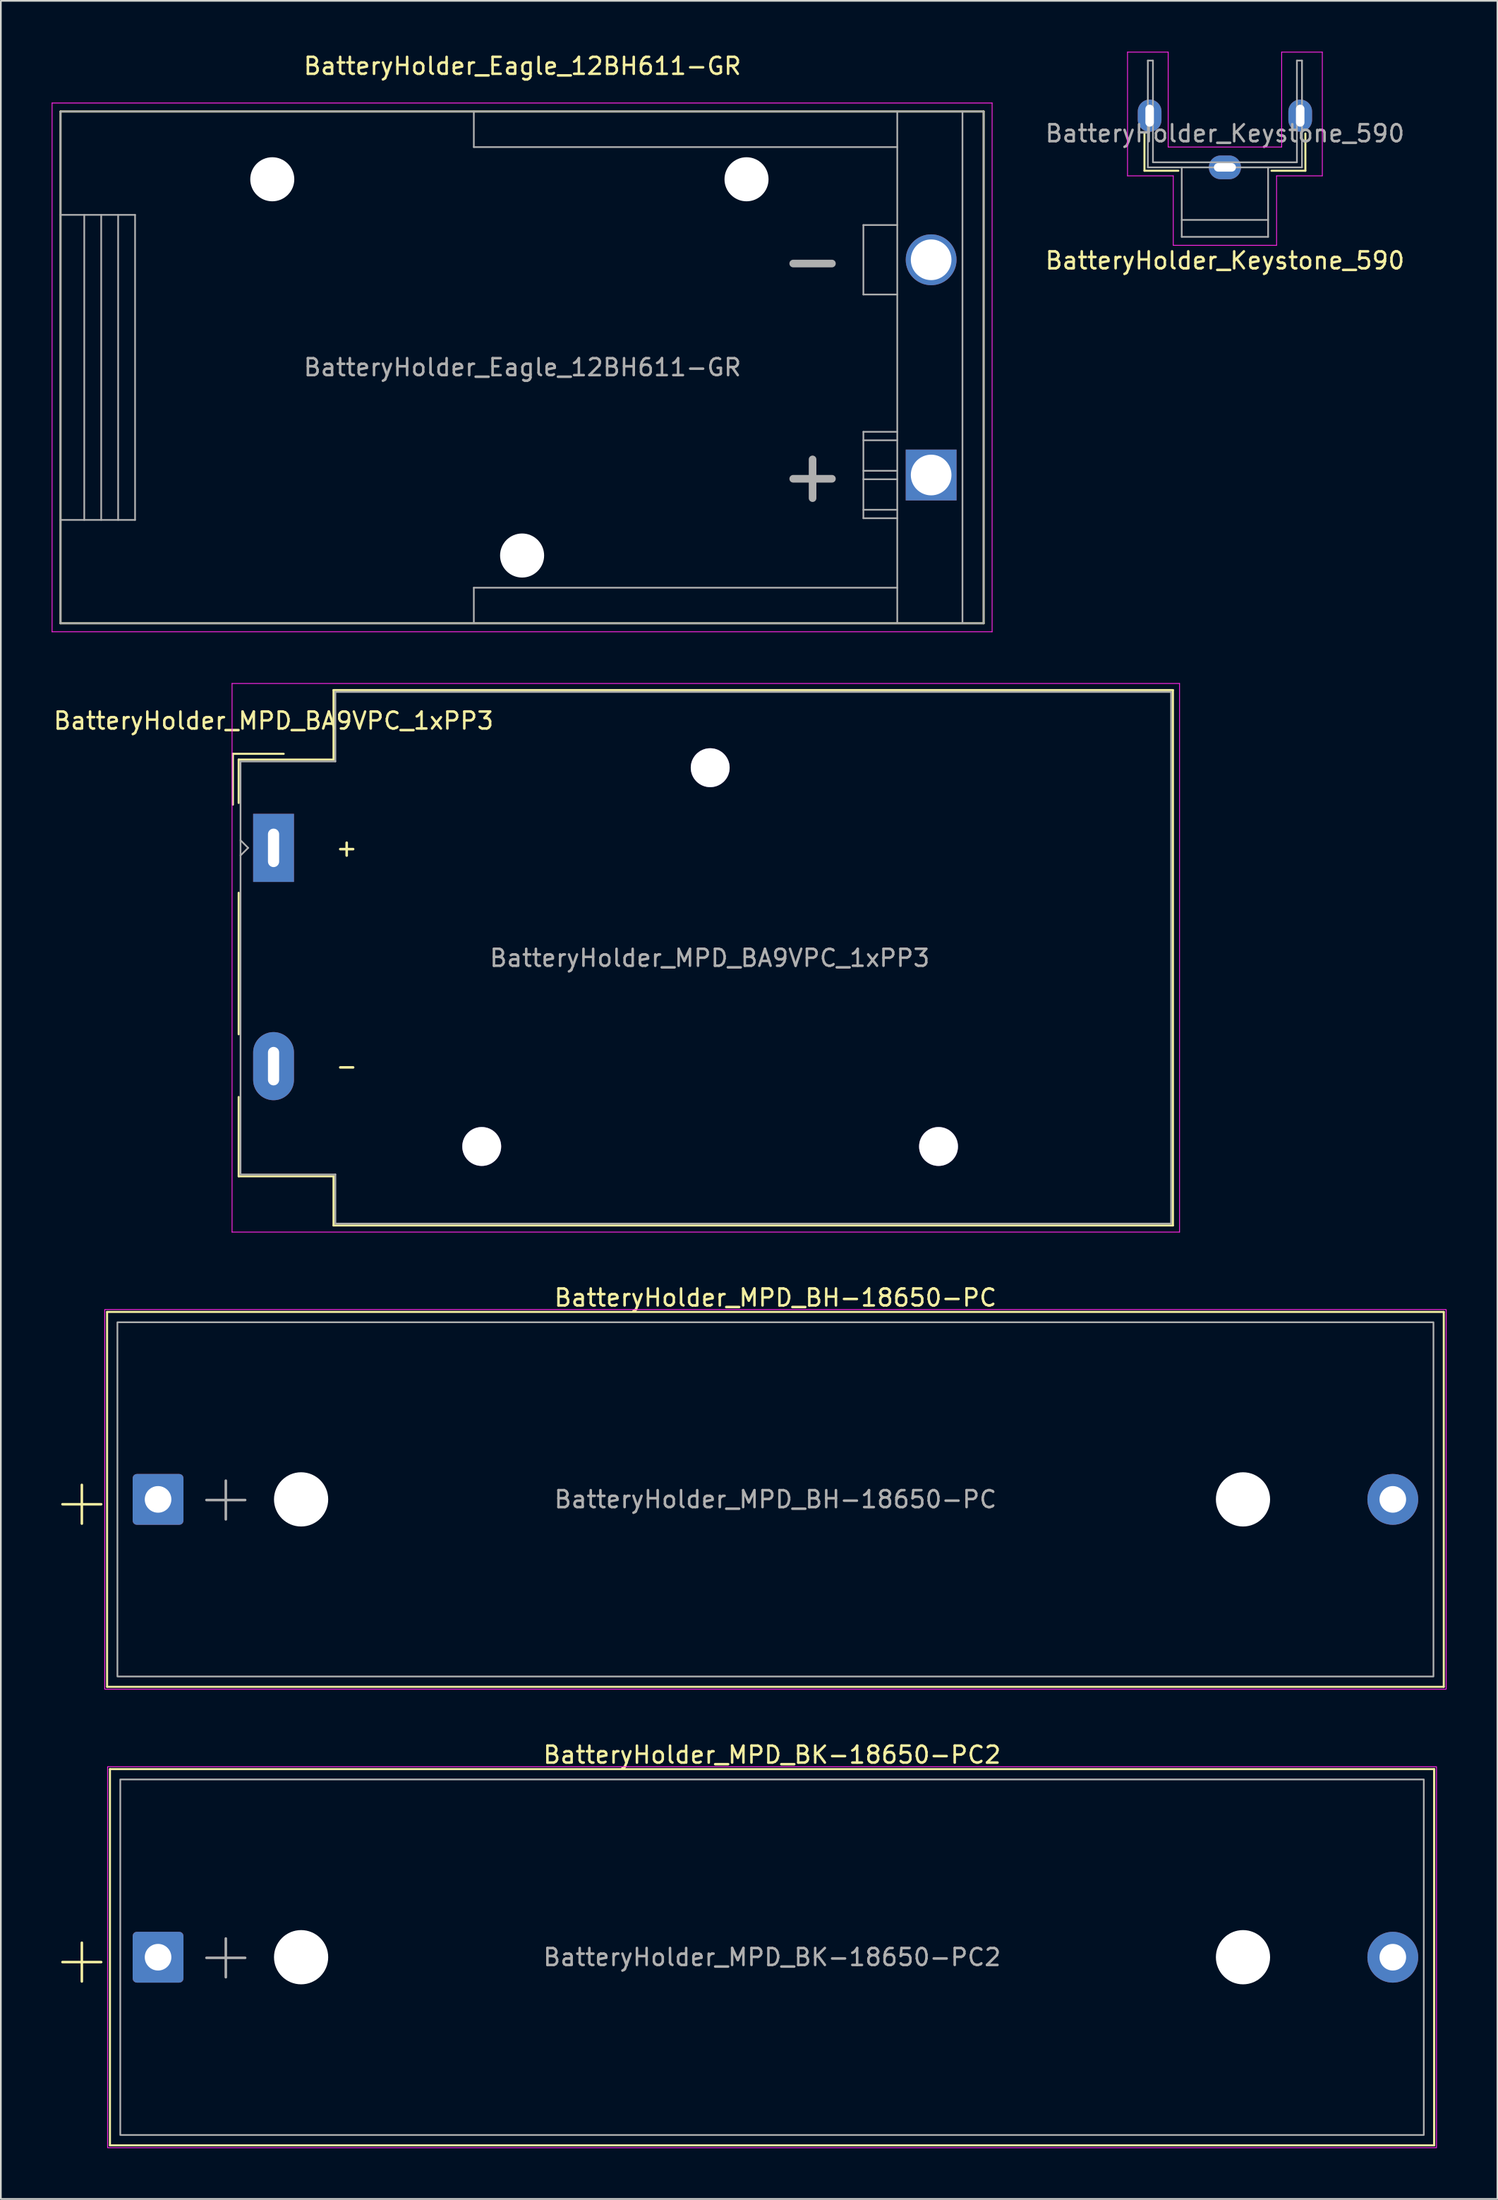
<source format=kicad_pcb>
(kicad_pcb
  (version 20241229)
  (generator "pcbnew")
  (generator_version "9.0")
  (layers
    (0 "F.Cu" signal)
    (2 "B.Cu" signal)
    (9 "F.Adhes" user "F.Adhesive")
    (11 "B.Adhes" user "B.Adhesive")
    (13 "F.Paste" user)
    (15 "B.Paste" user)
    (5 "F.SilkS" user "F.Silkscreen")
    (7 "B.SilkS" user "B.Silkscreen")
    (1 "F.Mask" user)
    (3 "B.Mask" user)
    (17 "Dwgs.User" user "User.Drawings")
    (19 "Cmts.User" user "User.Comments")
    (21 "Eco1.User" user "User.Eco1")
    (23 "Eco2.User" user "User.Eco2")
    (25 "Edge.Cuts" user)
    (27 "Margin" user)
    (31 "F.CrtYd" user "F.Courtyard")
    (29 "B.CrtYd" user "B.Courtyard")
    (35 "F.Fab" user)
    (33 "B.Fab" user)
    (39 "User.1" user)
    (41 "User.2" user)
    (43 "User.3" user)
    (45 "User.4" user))
  (footprint "BatteryHolder_MPD_BA9VPC_1xPP3"
    (layer "F.Cu")
    (at 13.101 46.978)
    (property "Reference" "BatteryHolder_MPD_BA9VPC_1xPP3" (at 0 -7.5 0) (layer "F.SilkS") (effects (font (size 1 1) (thickness 0.15))))
    (attr through_hole)
    (fp_line (start -2.4 -5.55) (end -2.4 -2.55) (stroke (width 0.12) (type solid)) (layer "F.SilkS"))
    (fp_line (start -2.4 -5.55) (end 0.6 -5.55) (stroke (width 0.12) (type solid)) (layer "F.SilkS"))
    (fp_line (start -2.06 -5.21) (end -2.06 -2.65) (stroke (width 0.12) (type solid)) (layer "F.SilkS"))
    (fp_line (start -2.06 2.65) (end -2.06 11) (stroke (width 0.12) (type solid)) (layer "F.SilkS"))
    (fp_line (start -2.06 19.38) (end -2.06 14.7) (stroke (width 0.12) (type solid)) (layer "F.SilkS"))
    (fp_line (start 3.54 -9.31) (end 3.54 -5.21) (stroke (width 0.12) (type solid)) (layer "F.SilkS"))
    (fp_line (start 3.54 -5.21) (end -2.06 -5.21) (stroke (width 0.12) (type solid)) (layer "F.SilkS"))
    (fp_line (start 3.54 19.38) (end -2.06 19.38) (stroke (width 0.12) (type solid)) (layer "F.SilkS"))
    (fp_line (start 3.54 22.28) (end 3.54 19.38) (stroke (width 0.12) (type solid)) (layer "F.SilkS"))
    (fp_line (start 53.1 -9.31) (end 3.54 -9.31) (stroke (width 0.12) (type solid)) (layer "F.SilkS"))
    (fp_line (start 53.1 22.28) (end 3.54 22.28) (stroke (width 0.12) (type solid)) (layer "F.SilkS"))
    (fp_line (start 53.1 22.28) (end 53.1 -9.31) (stroke (width 0.12) (type solid)) (layer "F.SilkS"))
    (fp_line (start -2.45 -9.7) (end -2.45 22.67) (stroke (width 0.05) (type solid)) (layer "F.CrtYd"))
    (fp_line (start -2.45 -9.7) (end 53.49 -9.7) (stroke (width 0.05) (type solid)) (layer "F.CrtYd"))
    (fp_line (start -2.45 22.67) (end 53.49 22.67) (stroke (width 0.05) (type solid)) (layer "F.CrtYd"))
    (fp_line (start 53.49 22.67) (end 53.49 -9.7) (stroke (width 0.05) (type solid)) (layer "F.CrtYd"))
    (fp_line (start -1.95 0.45) (end -1.5 0) (stroke (width 0.1) (type solid)) (layer "F.Fab"))
    (fp_line (start -1.95 19.27) (end -1.95 -5.1) (stroke (width 0.1) (type solid)) (layer "F.Fab"))
    (fp_line (start -1.5 0) (end -1.95 -0.45) (stroke (width 0.1) (type solid)) (layer "F.Fab"))
    (fp_line (start 3.65 -9.2) (end 52.99 -9.2) (stroke (width 0.1) (type solid)) (layer "F.Fab"))
    (fp_line (start 3.65 -5.1) (end -1.95 -5.1) (stroke (width 0.1) (type solid)) (layer "F.Fab"))
    (fp_line (start 3.65 -5.1) (end 3.65 -9.2) (stroke (width 0.1) (type solid)) (layer "F.Fab"))
    (fp_line (start 3.65 19.27) (end -1.95 19.27) (stroke (width 0.1) (type solid)) (layer "F.Fab"))
    (fp_line (start 3.65 22.17) (end 3.65 19.27) (stroke (width 0.1) (type solid)) (layer "F.Fab"))
    (fp_line (start 3.65 22.17) (end 52.99 22.17) (stroke (width 0.1) (type solid)) (layer "F.Fab"))
    (fp_line (start 52.99 22.17) (end 52.99 -9.2) (stroke (width 0.1) (type solid)) (layer "F.Fab"))
    (fp_text user "+" (at 3.6 0 0) (layer "F.SilkS") (effects (font (size 1 1) (thickness 0.15)) (justify left)))
    (fp_text user "-" (at 3.6 12.88 0) (layer "F.SilkS") (effects (font (size 1 1) (thickness 0.15)) (justify left)))
    (fp_text user "${REFERENCE}" (at 25.75 6.5 0) (layer "F.Fab") (effects (font (size 1 1) (thickness 0.15))))
    (pad "" np_thru_hole circle (at 12.29 17.62) (size 2.3 2.3) (drill 2.29) (layers "*.Cu" "*.Mask"))
    (pad "" np_thru_hole circle (at 25.78 -4.73) (size 2.3 2.3) (drill 2.29) (layers "*.Cu" "*.Mask"))
    (pad "" np_thru_hole circle (at 39.26 17.62) (size 2.3 2.3) (drill 2.29) (layers "*.Cu" "*.Mask"))
    (pad "1" thru_hole rect (at 0 0) (size 2.41 4.02) (drill oval 0.66 2.27) (layers "*.Cu" "*.Mask"))
    (pad "2" thru_hole oval (at 0 12.88) (size 2.41 4.02) (drill oval 0.66 2.27) (layers "*.Cu" "*.Mask")))
  (footprint "BatteryHolder_MPD_BK-18650-PC2"
    (layer "F.Cu")
    (at 6.282 112.435)
    (property "Reference" "BatteryHolder_MPD_BK-18650-PC2" (at 36.25 -11.94 0) (layer "F.SilkS") (effects (font (size 1 1) (thickness 0.15))))
    (attr through_hole)
    (fp_line (start -2.84 -11.1) (end 75.34 -11.1) (stroke (width 0.12) (type solid)) (layer "F.SilkS"))
    (fp_line (start -2.84 11.1) (end -2.84 -11.1) (stroke (width 0.12) (type solid)) (layer "F.SilkS"))
    (fp_line (start 75.34 -11.1) (end 75.34 11.1) (stroke (width 0.12) (type solid)) (layer "F.SilkS"))
    (fp_line (start 75.34 11.1) (end -2.84 11.1) (stroke (width 0.12) (type solid)) (layer "F.SilkS"))
    (fp_rect (start -2.98 -11.24) (end 75.48 11.24) (stroke (width 0.05) (type solid)) (fill no) (layer "F.CrtYd"))
    (fp_rect (start -2.23 -10.49) (end 74.73 10.49) (stroke (width 0.1) (type solid)) (fill no) (layer "F.Fab"))
    (fp_text user "+" (at -4.5 0.05 0) (layer "F.SilkS") (effects (font (size 3 3) (thickness 0.15))))
    (fp_text user "${REFERENCE}" (at 36.25 0 0) (layer "F.Fab") (effects (font (size 1 1) (thickness 0.15))))
    (fp_text user "+" (at 4 -0.2 0) (layer "F.Fab") (effects (font (size 3 3) (thickness 0.15))))
    (pad "" np_thru_hole circle (at 8.445 0) (size 3.2 3.2) (drill 3.2) (layers "*.Cu" "*.Mask"))
    (pad "" np_thru_hole circle (at 64.055 0) (size 3.2 3.2) (drill 3.2) (layers "*.Cu" "*.Mask"))
    (pad "1" thru_hole roundrect (at 0 0) (size 3 3) (drill 1.57) (layers "*.Cu" "*.Mask") (roundrect_rratio 0.083))
    (pad "2" thru_hole circle (at 72.9 0) (size 3 3) (drill 1.57) (layers "*.Cu" "*.Mask")))
  (footprint "BatteryHolder_Keystone_590"
    (layer "F.Cu")
    (at 69.27 6.825)
    (property "Reference" "BatteryHolder_Keystone_590" (at 0 5.5 0) (layer "F.SilkS") (effects (font (size 1 1) (thickness 0.15))))
    (attr through_hole)
    (fp_line (start -4.75 -2) (end -4.75 0.2) (stroke (width 0.12) (type solid)) (layer "F.SilkS"))
    (fp_line (start -4.75 0.2) (end -2.75 0.2) (stroke (width 0.12) (type solid)) (layer "F.SilkS"))
    (fp_line (start 4.75 -2) (end 4.75 0.2) (stroke (width 0.12) (type solid)) (layer "F.SilkS"))
    (fp_line (start 4.75 0.2) (end 2.75 0.2) (stroke (width 0.12) (type solid)) (layer "F.SilkS"))
    (fp_line (start -5.75 -6.8) (end -3.35 -6.8) (stroke (width 0.05) (type solid)) (layer "F.CrtYd"))
    (fp_line (start -5.75 0.5) (end -5.75 -6.8) (stroke (width 0.05) (type solid)) (layer "F.CrtYd"))
    (fp_line (start -3.35 -1.2) (end -3.35 -6.8) (stroke (width 0.05) (type solid)) (layer "F.CrtYd"))
    (fp_line (start -3.05 0.5) (end -5.75 0.5) (stroke (width 0.05) (type solid)) (layer "F.CrtYd"))
    (fp_line (start -3.05 4.6) (end -3.05 0.5) (stroke (width 0.05) (type solid)) (layer "F.CrtYd"))
    (fp_line (start 3.05 0.5) (end 3.05 4.6) (stroke (width 0.05) (type solid)) (layer "F.CrtYd"))
    (fp_line (start 3.05 0.5) (end 5.75 0.5) (stroke (width 0.05) (type solid)) (layer "F.CrtYd"))
    (fp_line (start 3.05 4.6) (end -3.05 4.6) (stroke (width 0.05) (type solid)) (layer "F.CrtYd"))
    (fp_line (start 3.35 -6.8) (end 5.75 -6.8) (stroke (width 0.05) (type solid)) (layer "F.CrtYd"))
    (fp_line (start 3.35 -1.2) (end -3.35 -1.2) (stroke (width 0.05) (type solid)) (layer "F.CrtYd"))
    (fp_line (start 3.35 -1.2) (end 3.35 -6.8) (stroke (width 0.05) (type solid)) (layer "F.CrtYd"))
    (fp_line (start 5.75 -6.8) (end 5.75 0.5) (stroke (width 0.05) (type solid)) (layer "F.CrtYd"))
    (fp_line (start -4.55 0) (end -4.55 -6.3) (stroke (width 0.1) (type solid)) (layer "F.Fab"))
    (fp_line (start -4.25 -6.3) (end -4.55 -6.3) (stroke (width 0.1) (type solid)) (layer "F.Fab"))
    (fp_line (start -4.25 -0.3) (end -4.25 -6.3) (stroke (width 0.1) (type solid)) (layer "F.Fab"))
    (fp_line (start -2.55 3.1) (end 2.55 3.1) (stroke (width 0.1) (type solid)) (layer "F.Fab"))
    (fp_line (start -2.55 4.1) (end -2.55 0) (stroke (width 0.1) (type solid)) (layer "F.Fab"))
    (fp_line (start 2.55 0) (end 2.55 4.1) (stroke (width 0.1) (type solid)) (layer "F.Fab"))
    (fp_line (start 2.55 4.1) (end -2.55 4.1) (stroke (width 0.1) (type solid)) (layer "F.Fab"))
    (fp_line (start 4.25 -6.3) (end 4.25 -0.3) (stroke (width 0.1) (type solid)) (layer "F.Fab"))
    (fp_line (start 4.25 -0.3) (end -4.25 -0.3) (stroke (width 0.1) (type solid)) (layer "F.Fab"))
    (fp_line (start 4.55 -6.3) (end 4.25 -6.3) (stroke (width 0.1) (type solid)) (layer "F.Fab"))
    (fp_line (start 4.55 0) (end -4.55 0) (stroke (width 0.1) (type solid)) (layer "F.Fab"))
    (fp_line (start 4.55 0) (end 4.55 -6.3) (stroke (width 0.1) (type solid)) (layer "F.Fab"))
    (fp_text user "${REFERENCE}" (at 0 -2 0) (layer "F.Fab") (effects (font (size 1 1) (thickness 0.15))))
    (pad "1" thru_hole oval (at -4.445 -3.05 90) (size 1.9 1.4) (drill oval 1.3 0.5) (layers "*.Cu" "*.Mask"))
    (pad "1" thru_hole oval (at 0 0) (size 1.9 1.4) (drill oval 1.3 0.5) (layers "*.Cu" "*.Mask"))
    (pad "1" thru_hole oval (at 4.445 -3.05 90) (size 1.9 1.4) (drill oval 1.3 0.5) (layers "*.Cu" "*.Mask")))
  (footprint "BatteryHolder_MPD_BH-18650-PC"
    (layer "F.Cu")
    (at 6.282 85.421)
    (property "Reference" "BatteryHolder_MPD_BH-18650-PC" (at 36.45 -11.9 0) (layer "F.SilkS") (effects (font (size 1 1) (thickness 0.15))))
    (attr through_hole)
    (fp_line (start -3.01 -11.06) (end 75.91 -11.06) (stroke (width 0.12) (type solid)) (layer "F.SilkS"))
    (fp_line (start -3.01 11.06) (end -3.01 -11.06) (stroke (width 0.12) (type solid)) (layer "F.SilkS"))
    (fp_line (start 75.91 -11.06) (end 75.91 11.06) (stroke (width 0.12) (type solid)) (layer "F.SilkS"))
    (fp_line (start 75.91 11.06) (end -3.01 11.06) (stroke (width 0.12) (type solid)) (layer "F.SilkS"))
    (fp_rect (start -3.15 -11.2) (end 76.05 11.2) (stroke (width 0.05) (type solid)) (fill no) (layer "F.CrtYd"))
    (fp_rect (start -2.4 -10.45) (end 75.3 10.45) (stroke (width 0.1) (type solid)) (fill no) (layer "F.Fab"))
    (fp_text user "+" (at -4.5 0.05 0) (layer "F.SilkS") (effects (font (size 3 3) (thickness 0.15))))
    (fp_text user "${REFERENCE}" (at 36.45 0 0) (layer "F.Fab") (effects (font (size 1 1) (thickness 0.15))))
    (fp_text user "+" (at 4 -0.2 0) (layer "F.Fab") (effects (font (size 3 3) (thickness 0.15))))
    (pad "" np_thru_hole circle (at 8.445 0) (size 3.2 3.2) (drill 3.2) (layers "*.Cu" "*.Mask"))
    (pad "" np_thru_hole circle (at 64.055 0) (size 3.2 3.2) (drill 3.2) (layers "*.Cu" "*.Mask"))
    (pad "1" thru_hole roundrect (at 0 0) (size 3 3) (drill 1.57) (layers "*.Cu" "*.Mask") (roundrect_rratio 0.083))
    (pad "2" thru_hole circle (at 72.9 0) (size 3 3) (drill 1.57) (layers "*.Cu" "*.Mask")))
  (footprint "BatteryHolder_Eagle_12BH611-GR"
    (layer "F.Cu")
    (at 51.925 24.978)
    (property "Reference" "BatteryHolder_Eagle_12BH611-GR" (at -24.13 -24.13 0) (layer "F.SilkS") (effects (font (size 1 1) (thickness 0.15))))
    (attr through_hole)
    (fp_line (start -51.4 -21.45) (end 3.1 -21.45) (stroke (width 0.12) (type solid)) (layer "F.SilkS"))
    (fp_line (start -51.4 8.75) (end -51.4 -21.45) (stroke (width 0.12) (type solid)) (layer "F.SilkS"))
    (fp_line (start 3.1 -21.45) (end 3.1 8.75) (stroke (width 0.12) (type solid)) (layer "F.SilkS"))
    (fp_line (start 3.1 8.75) (end -51.4 8.75) (stroke (width 0.12) (type solid)) (layer "F.SilkS"))
    (fp_line (start -51.9 -21.95) (end 3.6 -21.95) (stroke (width 0.05) (type solid)) (layer "F.CrtYd"))
    (fp_line (start -51.9 9.25) (end -51.9 -21.95) (stroke (width 0.05) (type solid)) (layer "F.CrtYd"))
    (fp_line (start 3.6 -21.95) (end 3.6 9.25) (stroke (width 0.05) (type solid)) (layer "F.CrtYd"))
    (fp_line (start 3.6 9.25) (end -51.9 9.25) (stroke (width 0.05) (type solid)) (layer "F.CrtYd"))
    (fp_line (start -51.4 -21.45) (end 3.1 -21.45) (stroke (width 0.1) (type solid)) (layer "F.Fab"))
    (fp_line (start -51.4 -15.35) (end -47 -15.35) (stroke (width 0.1) (type solid)) (layer "F.Fab"))
    (fp_line (start -51.4 2.65) (end -47 2.65) (stroke (width 0.1) (type solid)) (layer "F.Fab"))
    (fp_line (start -51.4 8.75) (end -51.4 -21.45) (stroke (width 0.1) (type solid)) (layer "F.Fab"))
    (fp_line (start -50 2.65) (end -50 -15.35) (stroke (width 0.1) (type solid)) (layer "F.Fab"))
    (fp_line (start -49 2.65) (end -49 -15.35) (stroke (width 0.1) (type solid)) (layer "F.Fab"))
    (fp_line (start -48 2.65) (end -48 -15.35) (stroke (width 0.1) (type solid)) (layer "F.Fab"))
    (fp_line (start -47 2.65) (end -47 -15.35) (stroke (width 0.1) (type solid)) (layer "F.Fab"))
    (fp_line (start -27 -19.35) (end -27 -21.45) (stroke (width 0.1) (type solid)) (layer "F.Fab"))
    (fp_line (start -27 6.65) (end -27 8.75) (stroke (width 0.1) (type solid)) (layer "F.Fab"))
    (fp_line (start -4 -14.75) (end -4 -10.65) (stroke (width 0.1) (type solid)) (layer "F.Fab"))
    (fp_line (start -4 -10.65) (end -2 -10.65) (stroke (width 0.1) (type solid)) (layer "F.Fab"))
    (fp_line (start -4 -2.55) (end -4 2.55) (stroke (width 0.1) (type solid)) (layer "F.Fab"))
    (fp_line (start -4 -2.05) (end -2 -2.05) (stroke (width 0.1) (type solid)) (layer "F.Fab"))
    (fp_line (start -4 0.25) (end -2 0.25) (stroke (width 0.1) (type solid)) (layer "F.Fab"))
    (fp_line (start -4 2.55) (end -2 2.55) (stroke (width 0.1) (type solid)) (layer "F.Fab"))
    (fp_line (start -2 -21.45) (end -2 8.75) (stroke (width 0.1) (type solid)) (layer "F.Fab"))
    (fp_line (start -2 -19.35) (end -27 -19.35) (stroke (width 0.1) (type solid)) (layer "F.Fab"))
    (fp_line (start -2 -14.75) (end -4 -14.75) (stroke (width 0.1) (type solid)) (layer "F.Fab"))
    (fp_line (start -2 -2.55) (end -4 -2.55) (stroke (width 0.1) (type solid)) (layer "F.Fab"))
    (fp_line (start -2 -0.25) (end -4 -0.25) (stroke (width 0.1) (type solid)) (layer "F.Fab"))
    (fp_line (start -2 2.05) (end -4 2.05) (stroke (width 0.1) (type solid)) (layer "F.Fab"))
    (fp_line (start -2 6.65) (end -27 6.65) (stroke (width 0.1) (type solid)) (layer "F.Fab"))
    (fp_line (start 1.85 8.75) (end 1.85 -21.45) (stroke (width 0.1) (type solid)) (layer "F.Fab"))
    (fp_line (start 3.1 -21.45) (end 3.1 8.75) (stroke (width 0.1) (type solid)) (layer "F.Fab"))
    (fp_line (start 3.1 8.75) (end -51.4 8.75) (stroke (width 0.1) (type solid)) (layer "F.Fab"))
    (fp_text user "${REFERENCE}" (at -24.13 -6.35 180) (layer "F.Fab") (effects (font (size 1 1) (thickness 0.15))))
    (fp_text user "-" (at -7 -12.7 0) (layer "F.Fab") (effects (font (size 3 3) (thickness 0.45))))
    (fp_text user "+" (at -7 0 0) (layer "F.Fab") (effects (font (size 3 3) (thickness 0.45))))
    (pad "" np_thru_hole circle (at -38.9 -17.45) (size 2.6 2.6) (drill 2.6) (layers "*.Cu" "*.Mask"))
    (pad "" np_thru_hole circle (at -24.15 4.75) (size 2.6 2.6) (drill 2.6) (layers "*.Cu" "*.Mask"))
    (pad "" np_thru_hole circle (at -10.9 -17.45) (size 2.6 2.6) (drill 2.6) (layers "*.Cu" "*.Mask"))
    (pad "1" thru_hole rect (at 0 0) (size 3 3) (drill 2.4) (layers "*.Cu" "*.Mask"))
    (pad "2" thru_hole circle (at 0 -12.7) (size 3 3) (drill 2.4) (layers "*.Cu" "*.Mask")))
  (gr_rect
    (start -3 -3)
    (end 85.357 126.7)
    (stroke (width 0.1) (type default))
    (fill no)
    (layer "Edge.Cuts")))
</source>
